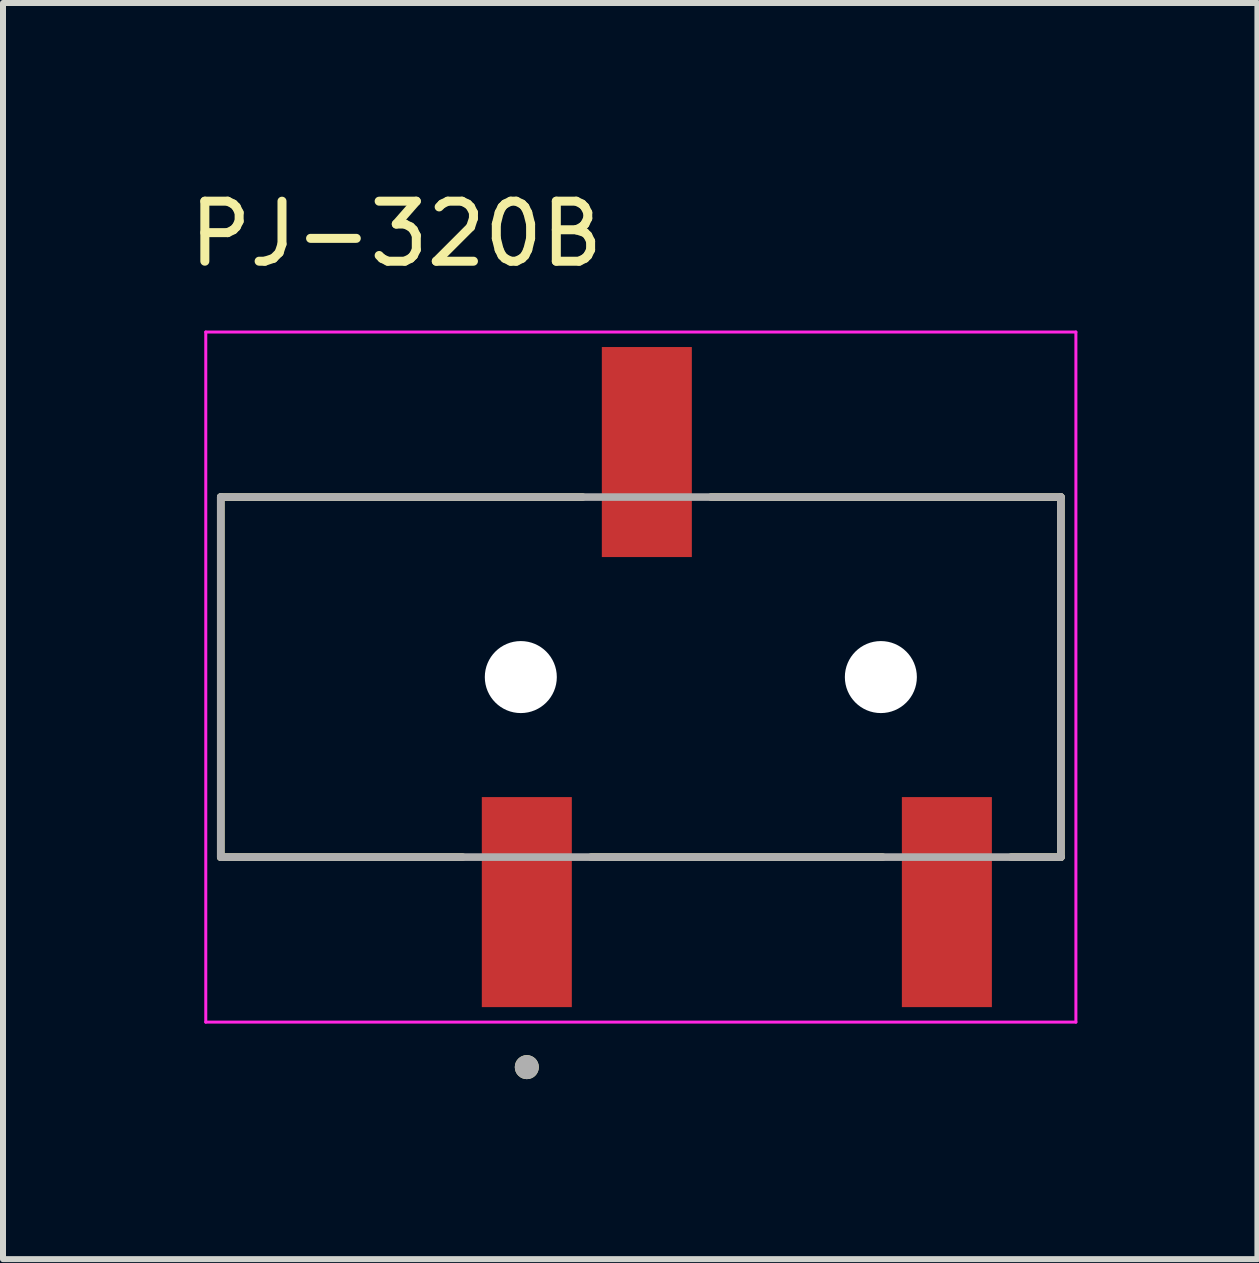
<source format=kicad_pcb>
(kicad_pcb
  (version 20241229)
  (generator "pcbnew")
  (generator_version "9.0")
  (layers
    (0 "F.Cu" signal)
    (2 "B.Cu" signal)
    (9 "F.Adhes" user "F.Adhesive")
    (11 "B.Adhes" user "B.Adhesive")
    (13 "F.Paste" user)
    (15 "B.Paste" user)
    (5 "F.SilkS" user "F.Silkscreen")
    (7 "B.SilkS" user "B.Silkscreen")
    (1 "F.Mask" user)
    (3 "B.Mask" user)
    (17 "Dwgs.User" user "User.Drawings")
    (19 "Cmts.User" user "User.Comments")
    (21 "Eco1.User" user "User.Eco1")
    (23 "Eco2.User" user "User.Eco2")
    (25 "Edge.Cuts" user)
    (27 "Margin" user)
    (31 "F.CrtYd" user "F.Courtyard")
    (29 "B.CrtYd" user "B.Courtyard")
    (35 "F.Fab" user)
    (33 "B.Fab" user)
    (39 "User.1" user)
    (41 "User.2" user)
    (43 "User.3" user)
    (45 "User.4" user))
  (footprint "PJ-320B"
    (layer "F.Cu")
    (at 8.629 8.233)
    (property "Reference" "PJ-320B" (at -5.075 -7.385 0) (layer "F.SilkS") (effects (font (size 1 1) (thickness 0.15))))
    (attr smd)
    (fp_line (start -8 -3) (end -1.97 -3) (stroke (width 0.127) (type solid)) (layer "F.SilkS"))
    (fp_line (start -8 3) (end -8 -3) (stroke (width 0.127) (type solid)) (layer "F.SilkS"))
    (fp_line (start -3.97 3) (end -8 3) (stroke (width 0.127) (type solid)) (layer "F.SilkS"))
    (fp_line (start -1.83 3) (end 3.03 3) (stroke (width 0.127) (type solid)) (layer "F.SilkS"))
    (fp_line (start 0.17 -3) (end 6 -3) (stroke (width 0.127) (type solid)) (layer "F.SilkS"))
    (fp_line (start 6 -3) (end 6 3) (stroke (width 0.127) (type solid)) (layer "F.SilkS"))
    (fp_line (start 6 3) (end 5.17 3) (stroke (width 0.127) (type solid)) (layer "F.SilkS"))
    (fp_circle (center -2.9 6.5) (end -2.8 6.5) (stroke (width 0.2) (type solid)) (fill no) (layer "F.SilkS"))
    (fp_line (start -8.25 -5.75) (end -8.25 5.75) (stroke (width 0.05) (type solid)) (layer "F.CrtYd"))
    (fp_line (start -8.25 5.75) (end 6.25 5.75) (stroke (width 0.05) (type solid)) (layer "F.CrtYd"))
    (fp_line (start 6.25 -5.75) (end -8.25 -5.75) (stroke (width 0.05) (type solid)) (layer "F.CrtYd"))
    (fp_line (start 6.25 5.75) (end 6.25 -5.75) (stroke (width 0.05) (type solid)) (layer "F.CrtYd"))
    (fp_line (start -8 -3) (end 6 -3) (stroke (width 0.127) (type solid)) (layer "F.Fab"))
    (fp_line (start -8 3) (end -8 -3) (stroke (width 0.127) (type solid)) (layer "F.Fab"))
    (fp_line (start 6 -3) (end 6 3) (stroke (width 0.127) (type solid)) (layer "F.Fab"))
    (fp_line (start 6 3) (end -8 3) (stroke (width 0.127) (type solid)) (layer "F.Fab"))
    (fp_circle (center -2.9 6.5) (end -2.8 6.5) (stroke (width 0.2) (type solid)) (fill no) (layer "F.Fab"))
    (pad "" np_thru_hole circle (at -3 0) (size 1.2 1.2) (drill 1.2) (layers "*.Cu" "*.Mask"))
    (pad "" np_thru_hole circle (at 3 0) (size 1.2 1.2) (drill 1.2) (layers "*.Cu" "*.Mask"))
    (pad "1" smd rect (at -2.9 3.75) (size 1.5 3.5) (layers "F.Cu" "F.Mask" "F.Paste"))
    (pad "2" smd rect (at -0.9 -3.75) (size 1.5 3.5) (layers "F.Cu" "F.Mask" "F.Paste"))
    (pad "3" smd rect (at 4.1 3.75) (size 1.5 3.5) (layers "F.Cu" "F.Mask" "F.Paste")))
  (gr_rect
    (start -3 -3)
    (end 17.904 17.933)
    (stroke (width 0.1) (type default))
    (fill no)
    (layer "Edge.Cuts")))
</source>
